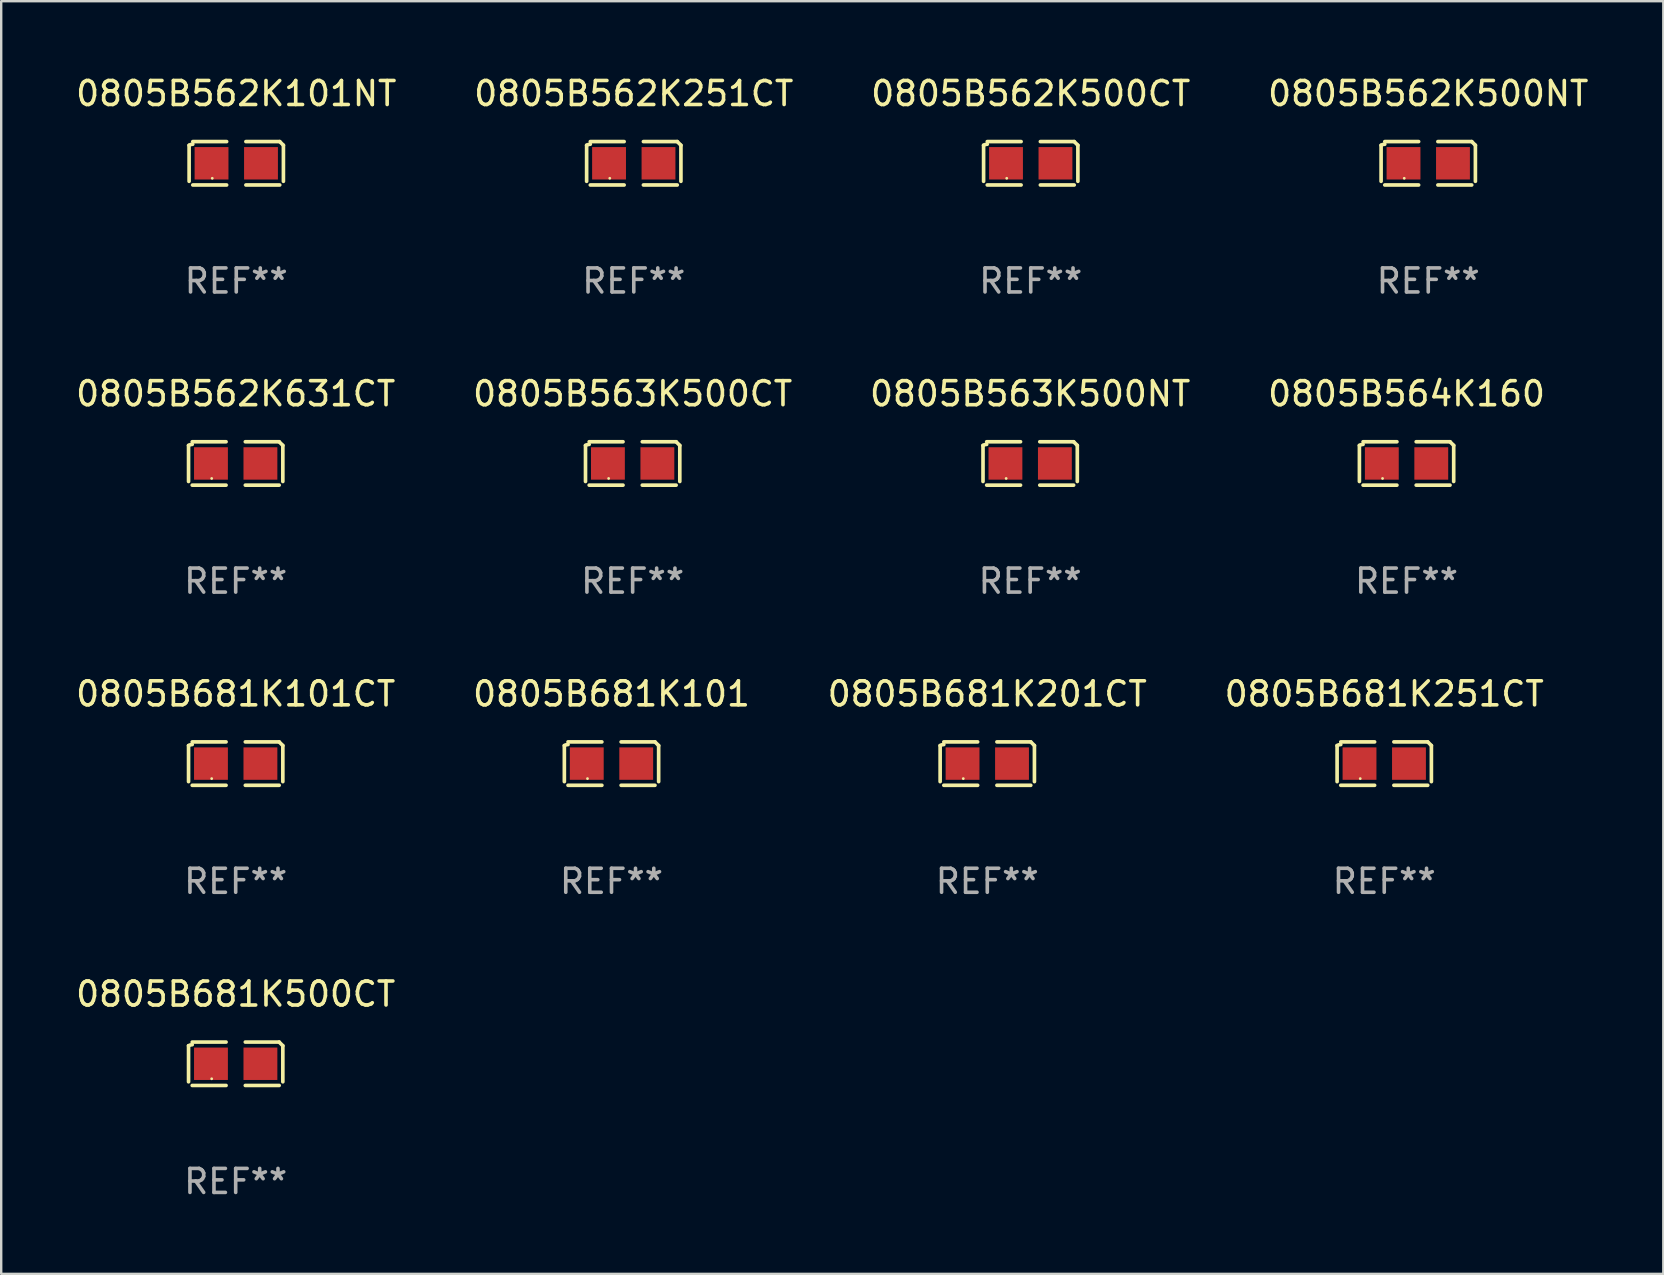
<source format=kicad_pcb>
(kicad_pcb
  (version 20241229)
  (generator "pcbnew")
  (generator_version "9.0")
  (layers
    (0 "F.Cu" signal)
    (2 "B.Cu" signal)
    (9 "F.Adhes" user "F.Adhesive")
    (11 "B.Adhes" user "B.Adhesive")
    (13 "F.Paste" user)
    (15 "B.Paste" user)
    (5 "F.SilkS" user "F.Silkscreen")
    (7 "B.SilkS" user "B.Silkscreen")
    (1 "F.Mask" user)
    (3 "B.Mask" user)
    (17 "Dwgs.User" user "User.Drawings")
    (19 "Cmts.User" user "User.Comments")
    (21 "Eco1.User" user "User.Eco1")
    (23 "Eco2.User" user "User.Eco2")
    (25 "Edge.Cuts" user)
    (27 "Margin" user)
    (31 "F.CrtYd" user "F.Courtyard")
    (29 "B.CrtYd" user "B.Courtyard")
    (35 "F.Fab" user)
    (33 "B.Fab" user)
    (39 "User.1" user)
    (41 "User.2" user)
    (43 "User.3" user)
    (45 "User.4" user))
  (footprint "0805B563K500CT"
    (layer "F.Cu")
    (at 23.304 16.256)
    (property "Reference" "0805B563K500CT" (at 0 -2.904 0) (layer "F.SilkS") (effects (font (size 1 1) (thickness 0.15))))
    (attr through_hole)
    (fp_line (start -1.964 0.751) (end -1.964 -0.751) (stroke (width 0.152) (type solid)) (layer "F.SilkS"))
    (fp_line (start -1.811 -0.904) (end -0.401 -0.904) (stroke (width 0.152) (type solid)) (layer "F.SilkS"))
    (fp_line (start -0.401 0.904) (end -1.811 0.904) (stroke (width 0.152) (type solid)) (layer "F.SilkS"))
    (fp_line (start 0.401 0.904) (end 1.811 0.904) (stroke (width 0.152) (type solid)) (layer "F.SilkS"))
    (fp_line (start 1.811 -0.904) (end 0.401 -0.904) (stroke (width 0.152) (type solid)) (layer "F.SilkS"))
    (fp_line (start 1.964 0.751) (end 1.964 -0.751) (stroke (width 0.152) (type solid)) (layer "F.SilkS"))
    (fp_arc (start -1.963602 -0.751207) (mid -1.890354 -0.783131) (end -1.811201 -0.794044) (stroke (width 0.1524) (type solid)) (layer "F.SilkS"))
    (fp_arc (start 1.811202 -0.903607) (mid 1.887413 -0.827418) (end 1.963602 -0.751207) (stroke (width 0.1524) (type solid)) (layer "F.SilkS"))
    (fp_circle (center -1 0.625) (end -0.97 0.625) (stroke (width 0.06) (type solid)) (fill no) (layer "F.SilkS"))
    (fp_text user "REF**" (at 0 4.904 0) (layer "F.Fab") (effects (font (size 1 1) (thickness 0.15))))
    (pad "1" smd rect (at -1.03 0) (size 1.41 1.35) (layers "F.Cu" "F.Mask" "F.Paste"))
    (pad "2" smd rect (at 1.03 0) (size 1.41 1.35) (layers "F.Cu" "F.Mask" "F.Paste")))
  (footprint "0805B562K101NT"
    (layer "F.Cu")
    (at 6.792 3.752)
    (property "Reference" "0805B562K101NT" (at 0 -2.904 0) (layer "F.SilkS") (effects (font (size 1 1) (thickness 0.15))))
    (attr through_hole)
    (fp_line (start -1.964 0.751) (end -1.964 -0.751) (stroke (width 0.152) (type solid)) (layer "F.SilkS"))
    (fp_line (start -1.811 -0.904) (end -0.401 -0.904) (stroke (width 0.152) (type solid)) (layer "F.SilkS"))
    (fp_line (start -0.401 0.904) (end -1.811 0.904) (stroke (width 0.152) (type solid)) (layer "F.SilkS"))
    (fp_line (start 0.401 0.904) (end 1.811 0.904) (stroke (width 0.152) (type solid)) (layer "F.SilkS"))
    (fp_line (start 1.811 -0.904) (end 0.401 -0.904) (stroke (width 0.152) (type solid)) (layer "F.SilkS"))
    (fp_line (start 1.964 0.751) (end 1.964 -0.751) (stroke (width 0.152) (type solid)) (layer "F.SilkS"))
    (fp_arc (start -1.963602 -0.751207) (mid -1.890354 -0.783131) (end -1.811201 -0.794044) (stroke (width 0.1524) (type solid)) (layer "F.SilkS"))
    (fp_arc (start 1.811202 -0.903607) (mid 1.887413 -0.827418) (end 1.963602 -0.751207) (stroke (width 0.1524) (type solid)) (layer "F.SilkS"))
    (fp_circle (center -1 0.625) (end -0.97 0.625) (stroke (width 0.06) (type solid)) (fill no) (layer "F.SilkS"))
    (fp_text user "REF**" (at 0 4.904 0) (layer "F.Fab") (effects (font (size 1 1) (thickness 0.15))))
    (pad "1" smd rect (at -1.03 0) (size 1.41 1.35) (layers "F.Cu" "F.Mask" "F.Paste"))
    (pad "2" smd rect (at 1.03 0) (size 1.41 1.35) (layers "F.Cu" "F.Mask" "F.Paste")))
  (footprint "0805B562K631CT"
    (layer "F.Cu")
    (at 6.768 16.256)
    (property "Reference" "0805B562K631CT" (at 0 -2.904 0) (layer "F.SilkS") (effects (font (size 1 1) (thickness 0.15))))
    (attr through_hole)
    (fp_line (start -1.964 0.751) (end -1.964 -0.751) (stroke (width 0.152) (type solid)) (layer "F.SilkS"))
    (fp_line (start -1.811 -0.904) (end -0.401 -0.904) (stroke (width 0.152) (type solid)) (layer "F.SilkS"))
    (fp_line (start -0.401 0.904) (end -1.811 0.904) (stroke (width 0.152) (type solid)) (layer "F.SilkS"))
    (fp_line (start 0.401 0.904) (end 1.811 0.904) (stroke (width 0.152) (type solid)) (layer "F.SilkS"))
    (fp_line (start 1.811 -0.904) (end 0.401 -0.904) (stroke (width 0.152) (type solid)) (layer "F.SilkS"))
    (fp_line (start 1.964 0.751) (end 1.964 -0.751) (stroke (width 0.152) (type solid)) (layer "F.SilkS"))
    (fp_arc (start -1.963602 -0.751207) (mid -1.890354 -0.783131) (end -1.811201 -0.794044) (stroke (width 0.1524) (type solid)) (layer "F.SilkS"))
    (fp_arc (start 1.811202 -0.903607) (mid 1.887413 -0.827418) (end 1.963602 -0.751207) (stroke (width 0.1524) (type solid)) (layer "F.SilkS"))
    (fp_circle (center -1 0.625) (end -0.97 0.625) (stroke (width 0.06) (type solid)) (fill no) (layer "F.SilkS"))
    (fp_text user "REF**" (at 0 4.904 0) (layer "F.Fab") (effects (font (size 1 1) (thickness 0.15))))
    (pad "1" smd rect (at -1.03 0) (size 1.41 1.35) (layers "F.Cu" "F.Mask" "F.Paste"))
    (pad "2" smd rect (at 1.03 0) (size 1.41 1.35) (layers "F.Cu" "F.Mask" "F.Paste")))
  (footprint "0805B562K251CT"
    (layer "F.Cu")
    (at 23.351 3.752)
    (property "Reference" "0805B562K251CT" (at 0 -2.904 0) (layer "F.SilkS") (effects (font (size 1 1) (thickness 0.15))))
    (attr through_hole)
    (fp_line (start -1.964 0.751) (end -1.964 -0.751) (stroke (width 0.152) (type solid)) (layer "F.SilkS"))
    (fp_line (start -1.811 -0.904) (end -0.401 -0.904) (stroke (width 0.152) (type solid)) (layer "F.SilkS"))
    (fp_line (start -0.401 0.904) (end -1.811 0.904) (stroke (width 0.152) (type solid)) (layer "F.SilkS"))
    (fp_line (start 0.401 0.904) (end 1.811 0.904) (stroke (width 0.152) (type solid)) (layer "F.SilkS"))
    (fp_line (start 1.811 -0.904) (end 0.401 -0.904) (stroke (width 0.152) (type solid)) (layer "F.SilkS"))
    (fp_line (start 1.964 0.751) (end 1.964 -0.751) (stroke (width 0.152) (type solid)) (layer "F.SilkS"))
    (fp_arc (start -1.963602 -0.751207) (mid -1.890354 -0.783131) (end -1.811201 -0.794044) (stroke (width 0.1524) (type solid)) (layer "F.SilkS"))
    (fp_arc (start 1.811202 -0.903607) (mid 1.887413 -0.827418) (end 1.963602 -0.751207) (stroke (width 0.1524) (type solid)) (layer "F.SilkS"))
    (fp_circle (center -1 0.625) (end -0.97 0.625) (stroke (width 0.06) (type solid)) (fill no) (layer "F.SilkS"))
    (fp_text user "REF**" (at 0 4.904 0) (layer "F.Fab") (effects (font (size 1 1) (thickness 0.15))))
    (pad "1" smd rect (at -1.03 0) (size 1.41 1.35) (layers "F.Cu" "F.Mask" "F.Paste"))
    (pad "2" smd rect (at 1.03 0) (size 1.41 1.35) (layers "F.Cu" "F.Mask" "F.Paste")))
  (footprint "0805B563K500NT"
    (layer "F.Cu")
    (at 39.863 16.256)
    (property "Reference" "0805B563K500NT" (at 0 -2.904 0) (layer "F.SilkS") (effects (font (size 1 1) (thickness 0.15))))
    (attr through_hole)
    (fp_line (start -1.964 0.751) (end -1.964 -0.751) (stroke (width 0.152) (type solid)) (layer "F.SilkS"))
    (fp_line (start -1.811 -0.904) (end -0.401 -0.904) (stroke (width 0.152) (type solid)) (layer "F.SilkS"))
    (fp_line (start -0.401 0.904) (end -1.811 0.904) (stroke (width 0.152) (type solid)) (layer "F.SilkS"))
    (fp_line (start 0.401 0.904) (end 1.811 0.904) (stroke (width 0.152) (type solid)) (layer "F.SilkS"))
    (fp_line (start 1.811 -0.904) (end 0.401 -0.904) (stroke (width 0.152) (type solid)) (layer "F.SilkS"))
    (fp_line (start 1.964 0.751) (end 1.964 -0.751) (stroke (width 0.152) (type solid)) (layer "F.SilkS"))
    (fp_arc (start -1.963602 -0.751207) (mid -1.890354 -0.783131) (end -1.811201 -0.794044) (stroke (width 0.1524) (type solid)) (layer "F.SilkS"))
    (fp_arc (start 1.811202 -0.903607) (mid 1.887413 -0.827418) (end 1.963602 -0.751207) (stroke (width 0.1524) (type solid)) (layer "F.SilkS"))
    (fp_circle (center -1 0.625) (end -0.97 0.625) (stroke (width 0.06) (type solid)) (fill no) (layer "F.SilkS"))
    (fp_text user "REF**" (at 0 4.904 0) (layer "F.Fab") (effects (font (size 1 1) (thickness 0.15))))
    (pad "1" smd rect (at -1.03 0) (size 1.41 1.35) (layers "F.Cu" "F.Mask" "F.Paste"))
    (pad "2" smd rect (at 1.03 0) (size 1.41 1.35) (layers "F.Cu" "F.Mask" "F.Paste")))
  (footprint "0805B562K500CT"
    (layer "F.Cu")
    (at 39.887 3.752)
    (property "Reference" "0805B562K500CT" (at 0 -2.904 0) (layer "F.SilkS") (effects (font (size 1 1) (thickness 0.15))))
    (attr through_hole)
    (fp_line (start -1.964 0.751) (end -1.964 -0.751) (stroke (width 0.152) (type solid)) (layer "F.SilkS"))
    (fp_line (start -1.811 -0.904) (end -0.401 -0.904) (stroke (width 0.152) (type solid)) (layer "F.SilkS"))
    (fp_line (start -0.401 0.904) (end -1.811 0.904) (stroke (width 0.152) (type solid)) (layer "F.SilkS"))
    (fp_line (start 0.401 0.904) (end 1.811 0.904) (stroke (width 0.152) (type solid)) (layer "F.SilkS"))
    (fp_line (start 1.811 -0.904) (end 0.401 -0.904) (stroke (width 0.152) (type solid)) (layer "F.SilkS"))
    (fp_line (start 1.964 0.751) (end 1.964 -0.751) (stroke (width 0.152) (type solid)) (layer "F.SilkS"))
    (fp_arc (start -1.963602 -0.751207) (mid -1.890354 -0.783131) (end -1.811201 -0.794044) (stroke (width 0.1524) (type solid)) (layer "F.SilkS"))
    (fp_arc (start 1.811202 -0.903607) (mid 1.887413 -0.827418) (end 1.963602 -0.751207) (stroke (width 0.1524) (type solid)) (layer "F.SilkS"))
    (fp_circle (center -1 0.625) (end -0.97 0.625) (stroke (width 0.06) (type solid)) (fill no) (layer "F.SilkS"))
    (fp_text user "REF**" (at 0 4.904 0) (layer "F.Fab") (effects (font (size 1 1) (thickness 0.15))))
    (pad "1" smd rect (at -1.03 0) (size 1.41 1.35) (layers "F.Cu" "F.Mask" "F.Paste"))
    (pad "2" smd rect (at 1.03 0) (size 1.41 1.35) (layers "F.Cu" "F.Mask" "F.Paste")))
  (footprint "0805B681K201CT"
    (layer "F.Cu")
    (at 38.077 28.759)
    (property "Reference" "0805B681K201CT" (at 0 -2.904 0) (layer "F.SilkS") (effects (font (size 1 1) (thickness 0.15))))
    (attr through_hole)
    (fp_line (start -1.964 0.751) (end -1.964 -0.751) (stroke (width 0.152) (type solid)) (layer "F.SilkS"))
    (fp_line (start -1.811 -0.904) (end -0.401 -0.904) (stroke (width 0.152) (type solid)) (layer "F.SilkS"))
    (fp_line (start -0.401 0.904) (end -1.811 0.904) (stroke (width 0.152) (type solid)) (layer "F.SilkS"))
    (fp_line (start 0.401 0.904) (end 1.811 0.904) (stroke (width 0.152) (type solid)) (layer "F.SilkS"))
    (fp_line (start 1.811 -0.904) (end 0.401 -0.904) (stroke (width 0.152) (type solid)) (layer "F.SilkS"))
    (fp_line (start 1.964 0.751) (end 1.964 -0.751) (stroke (width 0.152) (type solid)) (layer "F.SilkS"))
    (fp_arc (start -1.963602 -0.751207) (mid -1.890354 -0.783131) (end -1.811201 -0.794044) (stroke (width 0.1524) (type solid)) (layer "F.SilkS"))
    (fp_arc (start 1.811202 -0.903607) (mid 1.887413 -0.827418) (end 1.963602 -0.751207) (stroke (width 0.1524) (type solid)) (layer "F.SilkS"))
    (fp_circle (center -1 0.625) (end -0.97 0.625) (stroke (width 0.06) (type solid)) (fill no) (layer "F.SilkS"))
    (fp_text user "REF**" (at 0 4.904 0) (layer "F.Fab") (effects (font (size 1 1) (thickness 0.15))))
    (pad "1" smd rect (at -1.03 0) (size 1.41 1.35) (layers "F.Cu" "F.Mask" "F.Paste"))
    (pad "2" smd rect (at 1.03 0) (size 1.41 1.35) (layers "F.Cu" "F.Mask" "F.Paste")))
  (footprint "0805B681K101CT"
    (layer "F.Cu")
    (at 6.768 28.759)
    (property "Reference" "0805B681K101CT" (at 0 -2.904 0) (layer "F.SilkS") (effects (font (size 1 1) (thickness 0.15))))
    (attr through_hole)
    (fp_line (start -1.964 0.751) (end -1.964 -0.751) (stroke (width 0.152) (type solid)) (layer "F.SilkS"))
    (fp_line (start -1.811 -0.904) (end -0.401 -0.904) (stroke (width 0.152) (type solid)) (layer "F.SilkS"))
    (fp_line (start -0.401 0.904) (end -1.811 0.904) (stroke (width 0.152) (type solid)) (layer "F.SilkS"))
    (fp_line (start 0.401 0.904) (end 1.811 0.904) (stroke (width 0.152) (type solid)) (layer "F.SilkS"))
    (fp_line (start 1.811 -0.904) (end 0.401 -0.904) (stroke (width 0.152) (type solid)) (layer "F.SilkS"))
    (fp_line (start 1.964 0.751) (end 1.964 -0.751) (stroke (width 0.152) (type solid)) (layer "F.SilkS"))
    (fp_arc (start -1.963602 -0.751207) (mid -1.890354 -0.783131) (end -1.811201 -0.794044) (stroke (width 0.1524) (type solid)) (layer "F.SilkS"))
    (fp_arc (start 1.811202 -0.903607) (mid 1.887413 -0.827418) (end 1.963602 -0.751207) (stroke (width 0.1524) (type solid)) (layer "F.SilkS"))
    (fp_circle (center -1 0.625) (end -0.97 0.625) (stroke (width 0.06) (type solid)) (fill no) (layer "F.SilkS"))
    (fp_text user "REF**" (at 0 4.904 0) (layer "F.Fab") (effects (font (size 1 1) (thickness 0.15))))
    (pad "1" smd rect (at -1.03 0) (size 1.41 1.35) (layers "F.Cu" "F.Mask" "F.Paste"))
    (pad "2" smd rect (at 1.03 0) (size 1.41 1.35) (layers "F.Cu" "F.Mask" "F.Paste")))
  (footprint "0805B562K500NT"
    (layer "F.Cu")
    (at 56.446 3.752)
    (property "Reference" "0805B562K500NT" (at 0 -2.904 0) (layer "F.SilkS") (effects (font (size 1 1) (thickness 0.15))))
    (attr through_hole)
    (fp_line (start -1.964 0.751) (end -1.964 -0.751) (stroke (width 0.152) (type solid)) (layer "F.SilkS"))
    (fp_line (start -1.811 -0.904) (end -0.401 -0.904) (stroke (width 0.152) (type solid)) (layer "F.SilkS"))
    (fp_line (start -0.401 0.904) (end -1.811 0.904) (stroke (width 0.152) (type solid)) (layer "F.SilkS"))
    (fp_line (start 0.401 0.904) (end 1.811 0.904) (stroke (width 0.152) (type solid)) (layer "F.SilkS"))
    (fp_line (start 1.811 -0.904) (end 0.401 -0.904) (stroke (width 0.152) (type solid)) (layer "F.SilkS"))
    (fp_line (start 1.964 0.751) (end 1.964 -0.751) (stroke (width 0.152) (type solid)) (layer "F.SilkS"))
    (fp_arc (start -1.963602 -0.751207) (mid -1.890354 -0.783131) (end -1.811201 -0.794044) (stroke (width 0.1524) (type solid)) (layer "F.SilkS"))
    (fp_arc (start 1.811202 -0.903607) (mid 1.887413 -0.827418) (end 1.963602 -0.751207) (stroke (width 0.1524) (type solid)) (layer "F.SilkS"))
    (fp_circle (center -1 0.625) (end -0.97 0.625) (stroke (width 0.06) (type solid)) (fill no) (layer "F.SilkS"))
    (fp_text user "REF**" (at 0 4.904 0) (layer "F.Fab") (effects (font (size 1 1) (thickness 0.15))))
    (pad "1" smd rect (at -1.03 0) (size 1.41 1.35) (layers "F.Cu" "F.Mask" "F.Paste"))
    (pad "2" smd rect (at 1.03 0) (size 1.41 1.35) (layers "F.Cu" "F.Mask" "F.Paste")))
  (footprint "0805B681K500CT"
    (layer "F.Cu")
    (at 6.768 41.263)
    (property "Reference" "0805B681K500CT" (at 0 -2.904 0) (layer "F.SilkS") (effects (font (size 1 1) (thickness 0.15))))
    (attr through_hole)
    (fp_line (start -1.964 0.751) (end -1.964 -0.751) (stroke (width 0.152) (type solid)) (layer "F.SilkS"))
    (fp_line (start -1.811 -0.904) (end -0.401 -0.904) (stroke (width 0.152) (type solid)) (layer "F.SilkS"))
    (fp_line (start -0.401 0.904) (end -1.811 0.904) (stroke (width 0.152) (type solid)) (layer "F.SilkS"))
    (fp_line (start 0.401 0.904) (end 1.811 0.904) (stroke (width 0.152) (type solid)) (layer "F.SilkS"))
    (fp_line (start 1.811 -0.904) (end 0.401 -0.904) (stroke (width 0.152) (type solid)) (layer "F.SilkS"))
    (fp_line (start 1.964 0.751) (end 1.964 -0.751) (stroke (width 0.152) (type solid)) (layer "F.SilkS"))
    (fp_arc (start -1.963602 -0.751207) (mid -1.890354 -0.783131) (end -1.811201 -0.794044) (stroke (width 0.1524) (type solid)) (layer "F.SilkS"))
    (fp_arc (start 1.811202 -0.903607) (mid 1.887413 -0.827418) (end 1.963602 -0.751207) (stroke (width 0.1524) (type solid)) (layer "F.SilkS"))
    (fp_circle (center -1 0.625) (end -0.97 0.625) (stroke (width 0.06) (type solid)) (fill no) (layer "F.SilkS"))
    (fp_text user "REF**" (at 0 4.904 0) (layer "F.Fab") (effects (font (size 1 1) (thickness 0.15))))
    (pad "1" smd rect (at -1.03 0) (size 1.41 1.35) (layers "F.Cu" "F.Mask" "F.Paste"))
    (pad "2" smd rect (at 1.03 0) (size 1.41 1.35) (layers "F.Cu" "F.Mask" "F.Paste")))
  (footprint "0805B681K101"
    (layer "F.Cu")
    (at 22.423 28.759)
    (property "Reference" "0805B681K101" (at 0 -2.904 0) (layer "F.SilkS") (effects (font (size 1 1) (thickness 0.15))))
    (attr through_hole)
    (fp_line (start -1.964 0.751) (end -1.964 -0.751) (stroke (width 0.152) (type solid)) (layer "F.SilkS"))
    (fp_line (start -1.811 -0.904) (end -0.401 -0.904) (stroke (width 0.152) (type solid)) (layer "F.SilkS"))
    (fp_line (start -0.401 0.904) (end -1.811 0.904) (stroke (width 0.152) (type solid)) (layer "F.SilkS"))
    (fp_line (start 0.401 0.904) (end 1.811 0.904) (stroke (width 0.152) (type solid)) (layer "F.SilkS"))
    (fp_line (start 1.811 -0.904) (end 0.401 -0.904) (stroke (width 0.152) (type solid)) (layer "F.SilkS"))
    (fp_line (start 1.964 0.751) (end 1.964 -0.751) (stroke (width 0.152) (type solid)) (layer "F.SilkS"))
    (fp_arc (start -1.963602 -0.751207) (mid -1.890354 -0.783131) (end -1.811201 -0.794044) (stroke (width 0.1524) (type solid)) (layer "F.SilkS"))
    (fp_arc (start 1.811202 -0.903607) (mid 1.887413 -0.827418) (end 1.963602 -0.751207) (stroke (width 0.1524) (type solid)) (layer "F.SilkS"))
    (fp_circle (center -1 0.625) (end -0.97 0.625) (stroke (width 0.06) (type solid)) (fill no) (layer "F.SilkS"))
    (fp_text user "REF**" (at 0 4.904 0) (layer "F.Fab") (effects (font (size 1 1) (thickness 0.15))))
    (pad "1" smd rect (at -1.03 0) (size 1.41 1.35) (layers "F.Cu" "F.Mask" "F.Paste"))
    (pad "2" smd rect (at 1.03 0) (size 1.41 1.35) (layers "F.Cu" "F.Mask" "F.Paste")))
  (footprint "0805B681K251CT"
    (layer "F.Cu")
    (at 54.613 28.759)
    (property "Reference" "0805B681K251CT" (at 0 -2.904 0) (layer "F.SilkS") (effects (font (size 1 1) (thickness 0.15))))
    (attr through_hole)
    (fp_line (start -1.964 0.751) (end -1.964 -0.751) (stroke (width 0.152) (type solid)) (layer "F.SilkS"))
    (fp_line (start -1.811 -0.904) (end -0.401 -0.904) (stroke (width 0.152) (type solid)) (layer "F.SilkS"))
    (fp_line (start -0.401 0.904) (end -1.811 0.904) (stroke (width 0.152) (type solid)) (layer "F.SilkS"))
    (fp_line (start 0.401 0.904) (end 1.811 0.904) (stroke (width 0.152) (type solid)) (layer "F.SilkS"))
    (fp_line (start 1.811 -0.904) (end 0.401 -0.904) (stroke (width 0.152) (type solid)) (layer "F.SilkS"))
    (fp_line (start 1.964 0.751) (end 1.964 -0.751) (stroke (width 0.152) (type solid)) (layer "F.SilkS"))
    (fp_arc (start -1.963602 -0.751207) (mid -1.890354 -0.783131) (end -1.811201 -0.794044) (stroke (width 0.1524) (type solid)) (layer "F.SilkS"))
    (fp_arc (start 1.811202 -0.903607) (mid 1.887413 -0.827418) (end 1.963602 -0.751207) (stroke (width 0.1524) (type solid)) (layer "F.SilkS"))
    (fp_circle (center -1 0.625) (end -0.97 0.625) (stroke (width 0.06) (type solid)) (fill no) (layer "F.SilkS"))
    (fp_text user "REF**" (at 0 4.904 0) (layer "F.Fab") (effects (font (size 1 1) (thickness 0.15))))
    (pad "1" smd rect (at -1.03 0) (size 1.41 1.35) (layers "F.Cu" "F.Mask" "F.Paste"))
    (pad "2" smd rect (at 1.03 0) (size 1.41 1.35) (layers "F.Cu" "F.Mask" "F.Paste")))
  (footprint "0805B564K160"
    (layer "F.Cu")
    (at 55.542 16.256)
    (property "Reference" "0805B564K160" (at 0 -2.904 0) (layer "F.SilkS") (effects (font (size 1 1) (thickness 0.15))))
    (attr through_hole)
    (fp_line (start -1.964 0.751) (end -1.964 -0.751) (stroke (width 0.152) (type solid)) (layer "F.SilkS"))
    (fp_line (start -1.811 -0.904) (end -0.401 -0.904) (stroke (width 0.152) (type solid)) (layer "F.SilkS"))
    (fp_line (start -0.401 0.904) (end -1.811 0.904) (stroke (width 0.152) (type solid)) (layer "F.SilkS"))
    (fp_line (start 0.401 0.904) (end 1.811 0.904) (stroke (width 0.152) (type solid)) (layer "F.SilkS"))
    (fp_line (start 1.811 -0.904) (end 0.401 -0.904) (stroke (width 0.152) (type solid)) (layer "F.SilkS"))
    (fp_line (start 1.964 0.751) (end 1.964 -0.751) (stroke (width 0.152) (type solid)) (layer "F.SilkS"))
    (fp_arc (start -1.963602 -0.751207) (mid -1.890354 -0.783131) (end -1.811201 -0.794044) (stroke (width 0.1524) (type solid)) (layer "F.SilkS"))
    (fp_arc (start 1.811202 -0.903607) (mid 1.887413 -0.827418) (end 1.963602 -0.751207) (stroke (width 0.1524) (type solid)) (layer "F.SilkS"))
    (fp_circle (center -1 0.625) (end -0.97 0.625) (stroke (width 0.06) (type solid)) (fill no) (layer "F.SilkS"))
    (fp_text user "REF**" (at 0 4.904 0) (layer "F.Fab") (effects (font (size 1 1) (thickness 0.15))))
    (pad "1" smd rect (at -1.03 0) (size 1.41 1.35) (layers "F.Cu" "F.Mask" "F.Paste"))
    (pad "2" smd rect (at 1.03 0) (size 1.41 1.35) (layers "F.Cu" "F.Mask" "F.Paste")))
  (gr_rect
    (start -3 -3)
    (end 66.238 50.015)
    (stroke (width 0.1) (type default))
    (fill no)
    (layer "Edge.Cuts")))
</source>
